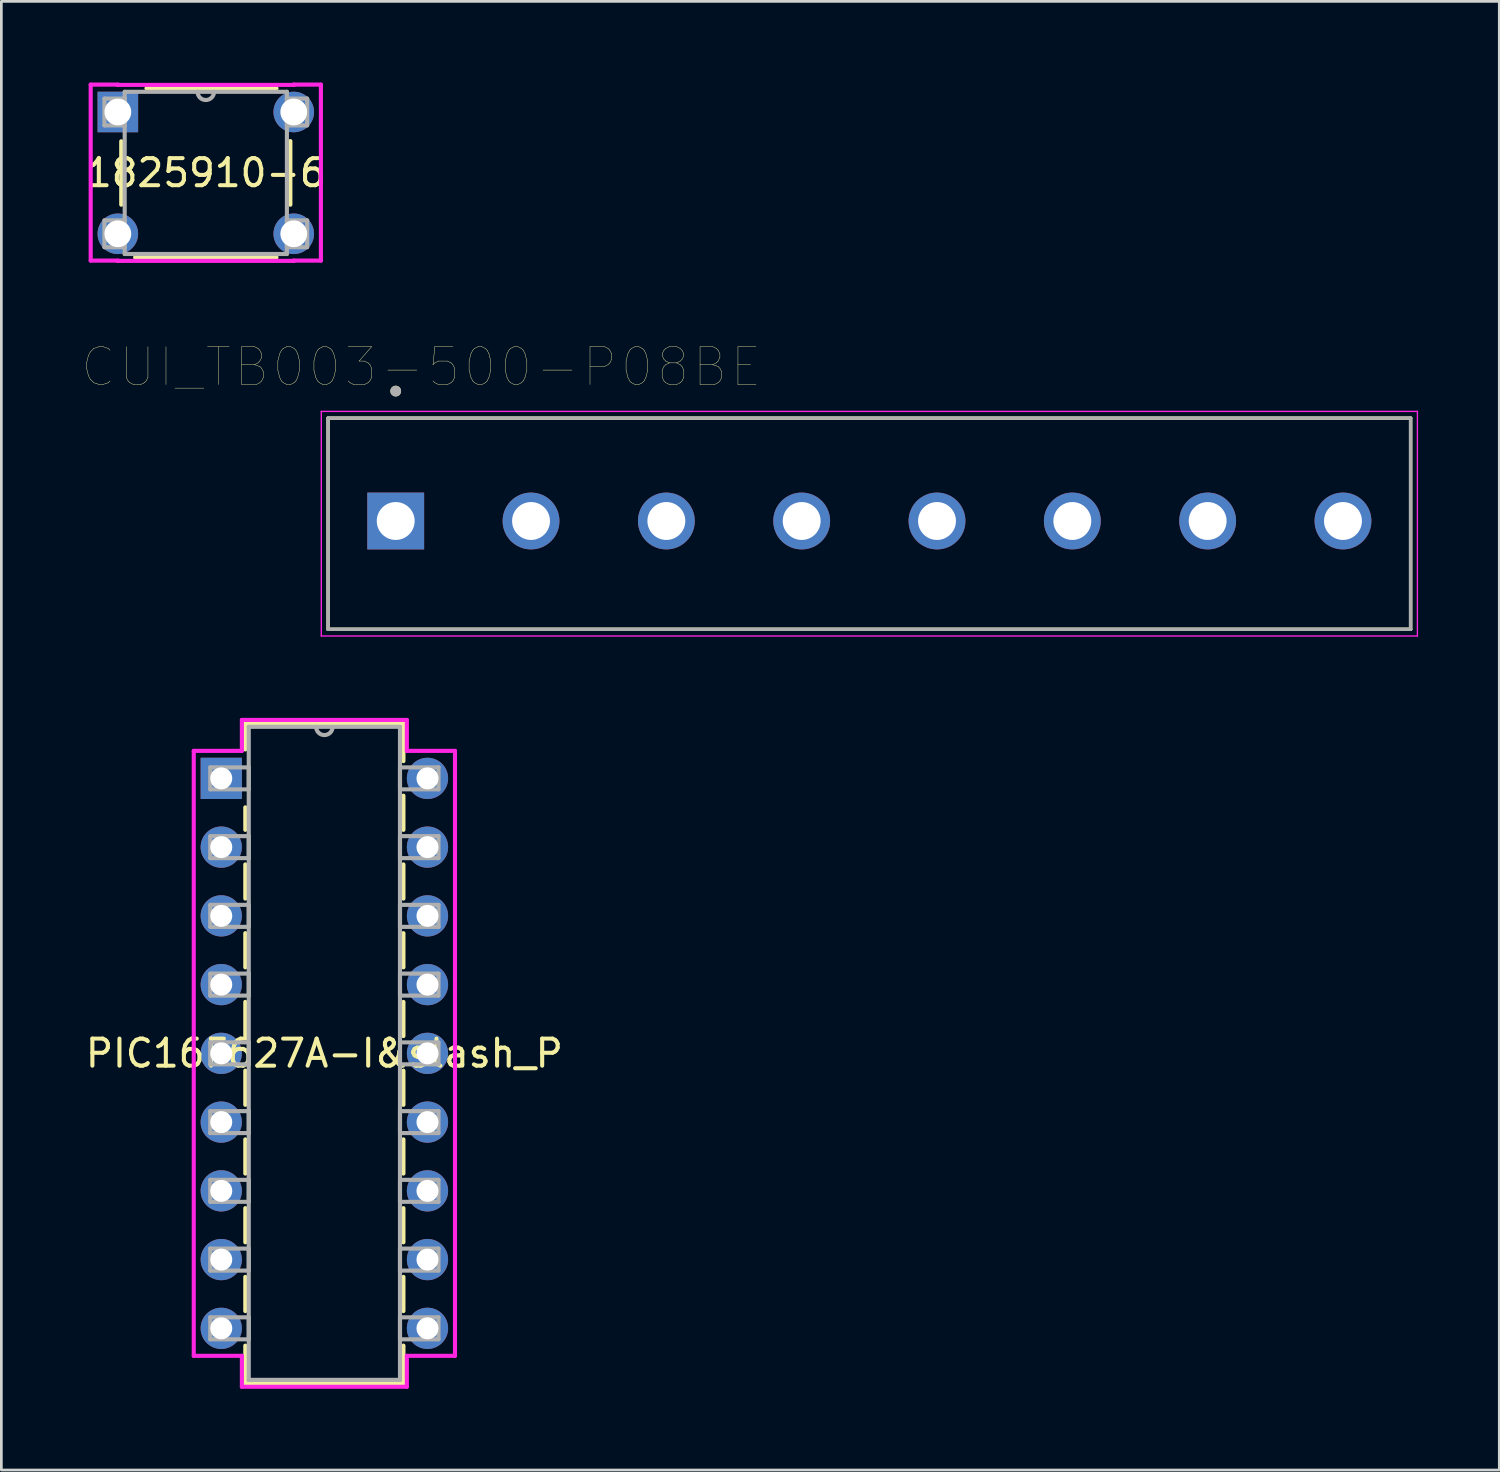
<source format=kicad_pcb>
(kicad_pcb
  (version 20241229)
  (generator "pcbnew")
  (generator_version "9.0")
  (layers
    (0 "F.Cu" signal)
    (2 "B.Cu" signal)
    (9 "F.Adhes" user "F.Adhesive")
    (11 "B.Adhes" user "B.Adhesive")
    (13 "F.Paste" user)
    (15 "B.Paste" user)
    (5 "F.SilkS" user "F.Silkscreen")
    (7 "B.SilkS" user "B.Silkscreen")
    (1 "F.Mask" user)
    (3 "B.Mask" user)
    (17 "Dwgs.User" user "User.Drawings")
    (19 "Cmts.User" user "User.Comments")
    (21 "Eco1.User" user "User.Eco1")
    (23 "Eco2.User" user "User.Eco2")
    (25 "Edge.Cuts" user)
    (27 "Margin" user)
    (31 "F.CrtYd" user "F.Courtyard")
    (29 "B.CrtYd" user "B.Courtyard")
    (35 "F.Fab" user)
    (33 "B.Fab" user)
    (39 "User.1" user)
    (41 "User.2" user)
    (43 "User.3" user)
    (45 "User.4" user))
  (footprint "1825910-6"
    (layer "F.Cu")
    (at 7.804 5.588)
    (property "Reference" "1825910-6" (at -3.25 -2.25 0) (layer "F.SilkS") (effects (font (size 1 1) (thickness 0.15))))
    (attr through_hole)
    (fp_line (start -6.374 -3.418) (end -6.374 -1.075) (stroke (width 0.152) (type solid)) (layer "F.SilkS"))
    (fp_line (start -5.862 0.874) (end -0.638 0.874) (stroke (width 0.152) (type solid)) (layer "F.SilkS"))
    (fp_line (start -0.638 -5.374) (end -5.442 -5.374) (stroke (width 0.152) (type solid)) (layer "F.SilkS"))
    (fp_line (start -0.126 -1.075) (end -0.126 -3.425) (stroke (width 0.152) (type solid)) (layer "F.SilkS"))
    (fp_line (start -7.503 -5.512) (end -7.503 0.991) (stroke (width 0.152) (type solid)) (layer "F.CrtYd"))
    (fp_line (start -7.503 0.991) (end -6.5 0.991) (stroke (width 0.152) (type solid)) (layer "F.CrtYd"))
    (fp_line (start -6.501 -5.501) (end -6.5 -5.512) (stroke (width 0.152) (type solid)) (layer "F.CrtYd"))
    (fp_line (start -6.501 1.001) (end 0.001 1.001) (stroke (width 0.152) (type solid)) (layer "F.CrtYd"))
    (fp_line (start -6.5 -5.512) (end -7.503 -5.512) (stroke (width 0.152) (type solid)) (layer "F.CrtYd"))
    (fp_line (start -6.5 0.991) (end -6.501 1.001) (stroke (width 0.152) (type solid)) (layer "F.CrtYd"))
    (fp_line (start 0 -5.512) (end 0.001 -5.501) (stroke (width 0.152) (type solid)) (layer "F.CrtYd"))
    (fp_line (start 0 0.991) (end 1.003 0.991) (stroke (width 0.152) (type solid)) (layer "F.CrtYd"))
    (fp_line (start 0.001 -5.501) (end -6.501 -5.501) (stroke (width 0.152) (type solid)) (layer "F.CrtYd"))
    (fp_line (start 0.001 1.001) (end 0 0.991) (stroke (width 0.152) (type solid)) (layer "F.CrtYd"))
    (fp_line (start 1.003 -5.512) (end 0 -5.512) (stroke (width 0.152) (type solid)) (layer "F.CrtYd"))
    (fp_line (start 1.003 0.991) (end 1.003 -5.512) (stroke (width 0.152) (type solid)) (layer "F.CrtYd"))
    (fp_line (start -6.995 -4.995) (end -6.995 -4.005) (stroke (width 0.152) (type solid)) (layer "F.Fab"))
    (fp_line (start -6.995 -4.005) (end -6.247 -4.005) (stroke (width 0.152) (type solid)) (layer "F.Fab"))
    (fp_line (start -6.995 -0.495) (end -6.995 0.495) (stroke (width 0.152) (type solid)) (layer "F.Fab"))
    (fp_line (start -6.995 0.495) (end -6.247 0.495) (stroke (width 0.152) (type solid)) (layer "F.Fab"))
    (fp_line (start -6.247 -5.247) (end -6.247 0.747) (stroke (width 0.152) (type solid)) (layer "F.Fab"))
    (fp_line (start -6.247 -4.995) (end -6.995 -4.995) (stroke (width 0.152) (type solid)) (layer "F.Fab"))
    (fp_line (start -6.247 -4.005) (end -6.247 -4.995) (stroke (width 0.152) (type solid)) (layer "F.Fab"))
    (fp_line (start -6.247 -0.495) (end -6.995 -0.495) (stroke (width 0.152) (type solid)) (layer "F.Fab"))
    (fp_line (start -6.247 0.495) (end -6.247 -0.495) (stroke (width 0.152) (type solid)) (layer "F.Fab"))
    (fp_line (start -6.247 0.747) (end -0.253 0.747) (stroke (width 0.152) (type solid)) (layer "F.Fab"))
    (fp_line (start -0.253 -5.247) (end -6.247 -5.247) (stroke (width 0.152) (type solid)) (layer "F.Fab"))
    (fp_line (start -0.253 -4.995) (end -0.253 -4.005) (stroke (width 0.152) (type solid)) (layer "F.Fab"))
    (fp_line (start -0.253 -4.005) (end 0.495 -4.005) (stroke (width 0.152) (type solid)) (layer "F.Fab"))
    (fp_line (start -0.253 -0.495) (end -0.253 0.495) (stroke (width 0.152) (type solid)) (layer "F.Fab"))
    (fp_line (start -0.253 0.495) (end 0.495 0.495) (stroke (width 0.152) (type solid)) (layer "F.Fab"))
    (fp_line (start -0.253 0.747) (end -0.253 -5.247) (stroke (width 0.152) (type solid)) (layer "F.Fab"))
    (fp_line (start 0.495 -4.995) (end -0.253 -4.995) (stroke (width 0.152) (type solid)) (layer "F.Fab"))
    (fp_line (start 0.495 -4.005) (end 0.495 -4.995) (stroke (width 0.152) (type solid)) (layer "F.Fab"))
    (fp_line (start 0.495 -0.495) (end -0.253 -0.495) (stroke (width 0.152) (type solid)) (layer "F.Fab"))
    (fp_line (start 0.495 0.495) (end 0.495 -0.495) (stroke (width 0.152) (type solid)) (layer "F.Fab"))
    (fp_arc (start -2.9452 -5.247201) (mid -3.25 -4.942401) (end -3.5548 -5.247201) (stroke (width 0.1524) (type solid)) (layer "F.Fab"))
    (pad "1" thru_hole rect (at -6.5 -4.5) (size 1.499 1.499) (drill 0.991) (layers "*.Cu" "*.Mask"))
    (pad "2" thru_hole circle (at 0.000001 -4.5) (size 1.499 1.499) (drill 0.991) (layers "*.Cu" "*.Mask"))
    (pad "3" thru_hole circle (at -6.5 0) (size 1.499 1.499) (drill 0.991) (layers "*.Cu" "*.Mask"))
    (pad "4" thru_hole circle (at 0.000001 0) (size 1.499 1.499) (drill 0.991) (layers "*.Cu" "*.Mask")))
  (footprint "PIC16F627A-I&slash_P"
    (layer "F.Cu")
    (at 5.125 25.71)
    (property "Reference" "PIC16F627A-I&slash_P" (at 3.81 10.16 0) (layer "F.SilkS") (effects (font (size 1 1) (thickness 0.15))))
    (attr through_hole)
    (fp_line (start 0.889 -2.032) (end 0.889 -1.07) (stroke (width 0.152) (type solid)) (layer "F.SilkS"))
    (fp_line (start 0.889 1.07) (end 0.889 1.901) (stroke (width 0.152) (type solid)) (layer "F.SilkS"))
    (fp_line (start 0.889 3.179) (end 0.889 4.441) (stroke (width 0.152) (type solid)) (layer "F.SilkS"))
    (fp_line (start 0.889 5.719) (end 0.889 6.981) (stroke (width 0.152) (type solid)) (layer "F.SilkS"))
    (fp_line (start 0.889 8.259) (end 0.889 9.521) (stroke (width 0.152) (type solid)) (layer "F.SilkS"))
    (fp_line (start 0.889 10.799) (end 0.889 12.061) (stroke (width 0.152) (type solid)) (layer "F.SilkS"))
    (fp_line (start 0.889 13.339) (end 0.889 14.601) (stroke (width 0.152) (type solid)) (layer "F.SilkS"))
    (fp_line (start 0.889 15.879) (end 0.889 17.141) (stroke (width 0.152) (type solid)) (layer "F.SilkS"))
    (fp_line (start 0.889 18.419) (end 0.889 19.681) (stroke (width 0.152) (type solid)) (layer "F.SilkS"))
    (fp_line (start 0.889 20.959) (end 0.889 22.352) (stroke (width 0.152) (type solid)) (layer "F.SilkS"))
    (fp_line (start 0.889 22.352) (end 6.731 22.352) (stroke (width 0.152) (type solid)) (layer "F.SilkS"))
    (fp_line (start 6.731 -2.032) (end 0.889 -2.032) (stroke (width 0.152) (type solid)) (layer "F.SilkS"))
    (fp_line (start 6.731 -0.639) (end 6.731 -2.032) (stroke (width 0.152) (type solid)) (layer "F.SilkS"))
    (fp_line (start 6.731 1.901) (end 6.731 0.639) (stroke (width 0.152) (type solid)) (layer "F.SilkS"))
    (fp_line (start 6.731 4.441) (end 6.731 3.179) (stroke (width 0.152) (type solid)) (layer "F.SilkS"))
    (fp_line (start 6.731 6.981) (end 6.731 5.719) (stroke (width 0.152) (type solid)) (layer "F.SilkS"))
    (fp_line (start 6.731 9.521) (end 6.731 8.259) (stroke (width 0.152) (type solid)) (layer "F.SilkS"))
    (fp_line (start 6.731 12.061) (end 6.731 10.799) (stroke (width 0.152) (type solid)) (layer "F.SilkS"))
    (fp_line (start 6.731 14.601) (end 6.731 13.339) (stroke (width 0.152) (type solid)) (layer "F.SilkS"))
    (fp_line (start 6.731 17.141) (end 6.731 15.879) (stroke (width 0.152) (type solid)) (layer "F.SilkS"))
    (fp_line (start 6.731 19.681) (end 6.731 18.419) (stroke (width 0.152) (type solid)) (layer "F.SilkS"))
    (fp_line (start 6.731 22.352) (end 6.731 20.959) (stroke (width 0.152) (type solid)) (layer "F.SilkS"))
    (fp_line (start -1.016 -1.016) (end -1.016 21.336) (stroke (width 0.152) (type solid)) (layer "F.CrtYd"))
    (fp_line (start -1.016 21.336) (end 0.762 21.336) (stroke (width 0.152) (type solid)) (layer "F.CrtYd"))
    (fp_line (start 0.762 -2.159) (end 0.762 -1.016) (stroke (width 0.152) (type solid)) (layer "F.CrtYd"))
    (fp_line (start 0.762 -1.016) (end -1.016 -1.016) (stroke (width 0.152) (type solid)) (layer "F.CrtYd"))
    (fp_line (start 0.762 21.336) (end 0.762 22.479) (stroke (width 0.152) (type solid)) (layer "F.CrtYd"))
    (fp_line (start 0.762 22.479) (end 6.858 22.479) (stroke (width 0.152) (type solid)) (layer "F.CrtYd"))
    (fp_line (start 6.858 -2.159) (end 0.762 -2.159) (stroke (width 0.152) (type solid)) (layer "F.CrtYd"))
    (fp_line (start 6.858 -1.016) (end 6.858 -2.159) (stroke (width 0.152) (type solid)) (layer "F.CrtYd"))
    (fp_line (start 6.858 21.336) (end 8.636 21.336) (stroke (width 0.152) (type solid)) (layer "F.CrtYd"))
    (fp_line (start 6.858 22.479) (end 6.858 21.336) (stroke (width 0.152) (type solid)) (layer "F.CrtYd"))
    (fp_line (start 8.636 -1.016) (end 6.858 -1.016) (stroke (width 0.152) (type solid)) (layer "F.CrtYd"))
    (fp_line (start 8.636 21.336) (end 8.636 -1.016) (stroke (width 0.152) (type solid)) (layer "F.CrtYd"))
    (fp_line (start -0.406 -0.406) (end -0.406 0.406) (stroke (width 0.152) (type solid)) (layer "F.Fab"))
    (fp_line (start -0.406 0.406) (end 1.016 0.406) (stroke (width 0.152) (type solid)) (layer "F.Fab"))
    (fp_line (start -0.406 2.134) (end -0.406 2.946) (stroke (width 0.152) (type solid)) (layer "F.Fab"))
    (fp_line (start -0.406 2.946) (end 1.016 2.946) (stroke (width 0.152) (type solid)) (layer "F.Fab"))
    (fp_line (start -0.406 4.674) (end -0.406 5.486) (stroke (width 0.152) (type solid)) (layer "F.Fab"))
    (fp_line (start -0.406 5.486) (end 1.016 5.486) (stroke (width 0.152) (type solid)) (layer "F.Fab"))
    (fp_line (start -0.406 7.214) (end -0.406 8.026) (stroke (width 0.152) (type solid)) (layer "F.Fab"))
    (fp_line (start -0.406 8.026) (end 1.016 8.026) (stroke (width 0.152) (type solid)) (layer "F.Fab"))
    (fp_line (start -0.406 9.754) (end -0.406 10.566) (stroke (width 0.152) (type solid)) (layer "F.Fab"))
    (fp_line (start -0.406 10.566) (end 1.016 10.566) (stroke (width 0.152) (type solid)) (layer "F.Fab"))
    (fp_line (start -0.406 12.294) (end -0.406 13.106) (stroke (width 0.152) (type solid)) (layer "F.Fab"))
    (fp_line (start -0.406 13.106) (end 1.016 13.106) (stroke (width 0.152) (type solid)) (layer "F.Fab"))
    (fp_line (start -0.406 14.834) (end -0.406 15.646) (stroke (width 0.152) (type solid)) (layer "F.Fab"))
    (fp_line (start -0.406 15.646) (end 1.016 15.646) (stroke (width 0.152) (type solid)) (layer "F.Fab"))
    (fp_line (start -0.406 17.374) (end -0.406 18.186) (stroke (width 0.152) (type solid)) (layer "F.Fab"))
    (fp_line (start -0.406 18.186) (end 1.016 18.186) (stroke (width 0.152) (type solid)) (layer "F.Fab"))
    (fp_line (start -0.406 19.914) (end -0.406 20.726) (stroke (width 0.152) (type solid)) (layer "F.Fab"))
    (fp_line (start -0.406 20.726) (end 1.016 20.726) (stroke (width 0.152) (type solid)) (layer "F.Fab"))
    (fp_line (start 1.016 -1.905) (end 1.016 22.225) (stroke (width 0.152) (type solid)) (layer "F.Fab"))
    (fp_line (start 1.016 -0.406) (end -0.406 -0.406) (stroke (width 0.152) (type solid)) (layer "F.Fab"))
    (fp_line (start 1.016 0.406) (end 1.016 -0.406) (stroke (width 0.152) (type solid)) (layer "F.Fab"))
    (fp_line (start 1.016 2.134) (end -0.406 2.134) (stroke (width 0.152) (type solid)) (layer "F.Fab"))
    (fp_line (start 1.016 2.946) (end 1.016 2.134) (stroke (width 0.152) (type solid)) (layer "F.Fab"))
    (fp_line (start 1.016 4.674) (end -0.406 4.674) (stroke (width 0.152) (type solid)) (layer "F.Fab"))
    (fp_line (start 1.016 5.486) (end 1.016 4.674) (stroke (width 0.152) (type solid)) (layer "F.Fab"))
    (fp_line (start 1.016 7.214) (end -0.406 7.214) (stroke (width 0.152) (type solid)) (layer "F.Fab"))
    (fp_line (start 1.016 8.026) (end 1.016 7.214) (stroke (width 0.152) (type solid)) (layer "F.Fab"))
    (fp_line (start 1.016 9.754) (end -0.406 9.754) (stroke (width 0.152) (type solid)) (layer "F.Fab"))
    (fp_line (start 1.016 10.566) (end 1.016 9.754) (stroke (width 0.152) (type solid)) (layer "F.Fab"))
    (fp_line (start 1.016 12.294) (end -0.406 12.294) (stroke (width 0.152) (type solid)) (layer "F.Fab"))
    (fp_line (start 1.016 13.106) (end 1.016 12.294) (stroke (width 0.152) (type solid)) (layer "F.Fab"))
    (fp_line (start 1.016 14.834) (end -0.406 14.834) (stroke (width 0.152) (type solid)) (layer "F.Fab"))
    (fp_line (start 1.016 15.646) (end 1.016 14.834) (stroke (width 0.152) (type solid)) (layer "F.Fab"))
    (fp_line (start 1.016 17.374) (end -0.406 17.374) (stroke (width 0.152) (type solid)) (layer "F.Fab"))
    (fp_line (start 1.016 18.186) (end 1.016 17.374) (stroke (width 0.152) (type solid)) (layer "F.Fab"))
    (fp_line (start 1.016 19.914) (end -0.406 19.914) (stroke (width 0.152) (type solid)) (layer "F.Fab"))
    (fp_line (start 1.016 20.726) (end 1.016 19.914) (stroke (width 0.152) (type solid)) (layer "F.Fab"))
    (fp_line (start 1.016 22.225) (end 6.604 22.225) (stroke (width 0.152) (type solid)) (layer "F.Fab"))
    (fp_line (start 6.604 -1.905) (end 1.016 -1.905) (stroke (width 0.152) (type solid)) (layer "F.Fab"))
    (fp_line (start 6.604 -0.406) (end 6.604 0.406) (stroke (width 0.152) (type solid)) (layer "F.Fab"))
    (fp_line (start 6.604 0.406) (end 8.026 0.406) (stroke (width 0.152) (type solid)) (layer "F.Fab"))
    (fp_line (start 6.604 2.134) (end 6.604 2.946) (stroke (width 0.152) (type solid)) (layer "F.Fab"))
    (fp_line (start 6.604 2.946) (end 8.026 2.946) (stroke (width 0.152) (type solid)) (layer "F.Fab"))
    (fp_line (start 6.604 4.674) (end 6.604 5.486) (stroke (width 0.152) (type solid)) (layer "F.Fab"))
    (fp_line (start 6.604 5.486) (end 8.026 5.486) (stroke (width 0.152) (type solid)) (layer "F.Fab"))
    (fp_line (start 6.604 7.214) (end 6.604 8.026) (stroke (width 0.152) (type solid)) (layer "F.Fab"))
    (fp_line (start 6.604 8.026) (end 8.026 8.026) (stroke (width 0.152) (type solid)) (layer "F.Fab"))
    (fp_line (start 6.604 9.754) (end 6.604 10.566) (stroke (width 0.152) (type solid)) (layer "F.Fab"))
    (fp_line (start 6.604 10.566) (end 8.026 10.566) (stroke (width 0.152) (type solid)) (layer "F.Fab"))
    (fp_line (start 6.604 12.294) (end 6.604 13.106) (stroke (width 0.152) (type solid)) (layer "F.Fab"))
    (fp_line (start 6.604 13.106) (end 8.026 13.106) (stroke (width 0.152) (type solid)) (layer "F.Fab"))
    (fp_line (start 6.604 14.834) (end 6.604 15.646) (stroke (width 0.152) (type solid)) (layer "F.Fab"))
    (fp_line (start 6.604 15.646) (end 8.026 15.646) (stroke (width 0.152) (type solid)) (layer "F.Fab"))
    (fp_line (start 6.604 17.374) (end 6.604 18.186) (stroke (width 0.152) (type solid)) (layer "F.Fab"))
    (fp_line (start 6.604 18.186) (end 8.026 18.186) (stroke (width 0.152) (type solid)) (layer "F.Fab"))
    (fp_line (start 6.604 19.914) (end 6.604 20.726) (stroke (width 0.152) (type solid)) (layer "F.Fab"))
    (fp_line (start 6.604 20.726) (end 8.026 20.726) (stroke (width 0.152) (type solid)) (layer "F.Fab"))
    (fp_line (start 6.604 22.225) (end 6.604 -1.905) (stroke (width 0.152) (type solid)) (layer "F.Fab"))
    (fp_line (start 8.026 -0.406) (end 6.604 -0.406) (stroke (width 0.152) (type solid)) (layer "F.Fab"))
    (fp_line (start 8.026 0.406) (end 8.026 -0.406) (stroke (width 0.152) (type solid)) (layer "F.Fab"))
    (fp_line (start 8.026 2.134) (end 6.604 2.134) (stroke (width 0.152) (type solid)) (layer "F.Fab"))
    (fp_line (start 8.026 2.946) (end 8.026 2.134) (stroke (width 0.152) (type solid)) (layer "F.Fab"))
    (fp_line (start 8.026 4.674) (end 6.604 4.674) (stroke (width 0.152) (type solid)) (layer "F.Fab"))
    (fp_line (start 8.026 5.486) (end 8.026 4.674) (stroke (width 0.152) (type solid)) (layer "F.Fab"))
    (fp_line (start 8.026 7.214) (end 6.604 7.214) (stroke (width 0.152) (type solid)) (layer "F.Fab"))
    (fp_line (start 8.026 8.026) (end 8.026 7.214) (stroke (width 0.152) (type solid)) (layer "F.Fab"))
    (fp_line (start 8.026 9.754) (end 6.604 9.754) (stroke (width 0.152) (type solid)) (layer "F.Fab"))
    (fp_line (start 8.026 10.566) (end 8.026 9.754) (stroke (width 0.152) (type solid)) (layer "F.Fab"))
    (fp_line (start 8.026 12.294) (end 6.604 12.294) (stroke (width 0.152) (type solid)) (layer "F.Fab"))
    (fp_line (start 8.026 13.106) (end 8.026 12.294) (stroke (width 0.152) (type solid)) (layer "F.Fab"))
    (fp_line (start 8.026 14.834) (end 6.604 14.834) (stroke (width 0.152) (type solid)) (layer "F.Fab"))
    (fp_line (start 8.026 15.646) (end 8.026 14.834) (stroke (width 0.152) (type solid)) (layer "F.Fab"))
    (fp_line (start 8.026 17.374) (end 6.604 17.374) (stroke (width 0.152) (type solid)) (layer "F.Fab"))
    (fp_line (start 8.026 18.186) (end 8.026 17.374) (stroke (width 0.152) (type solid)) (layer "F.Fab"))
    (fp_line (start 8.026 19.914) (end 6.604 19.914) (stroke (width 0.152) (type solid)) (layer "F.Fab"))
    (fp_line (start 8.026 20.726) (end 8.026 19.914) (stroke (width 0.152) (type solid)) (layer "F.Fab"))
    (fp_arc (start 4.1148 -1.905) (mid 3.81 -1.6002) (end 3.5052 -1.905) (stroke (width 0.1524) (type solid)) (layer "F.Fab"))
    (pad "1" thru_hole rect (at 0 0) (size 1.524 1.524) (drill 0.813) (layers "*.Cu" "*.Mask"))
    (pad "2" thru_hole circle (at 0 2.54) (size 1.524 1.524) (drill 0.813) (layers "*.Cu" "*.Mask"))
    (pad "3" thru_hole circle (at 0 5.08) (size 1.524 1.524) (drill 0.813) (layers "*.Cu" "*.Mask"))
    (pad "4" thru_hole circle (at 0 7.62) (size 1.524 1.524) (drill 0.813) (layers "*.Cu" "*.Mask"))
    (pad "5" thru_hole circle (at 0 10.16) (size 1.524 1.524) (drill 0.813) (layers "*.Cu" "*.Mask"))
    (pad "6" thru_hole circle (at 0 12.7) (size 1.524 1.524) (drill 0.813) (layers "*.Cu" "*.Mask"))
    (pad "7" thru_hole circle (at 0 15.24) (size 1.524 1.524) (drill 0.813) (layers "*.Cu" "*.Mask"))
    (pad "8" thru_hole circle (at 0 17.78) (size 1.524 1.524) (drill 0.813) (layers "*.Cu" "*.Mask"))
    (pad "9" thru_hole circle (at 0 20.32) (size 1.524 1.524) (drill 0.813) (layers "*.Cu" "*.Mask"))
    (pad "10" thru_hole circle (at 7.62 20.32) (size 1.524 1.524) (drill 0.813) (layers "*.Cu" "*.Mask"))
    (pad "11" thru_hole circle (at 7.62 17.78) (size 1.524 1.524) (drill 0.813) (layers "*.Cu" "*.Mask"))
    (pad "12" thru_hole circle (at 7.62 15.24) (size 1.524 1.524) (drill 0.813) (layers "*.Cu" "*.Mask"))
    (pad "13" thru_hole circle (at 7.62 12.7) (size 1.524 1.524) (drill 0.813) (layers "*.Cu" "*.Mask"))
    (pad "14" thru_hole circle (at 7.62 10.16) (size 1.524 1.524) (drill 0.813) (layers "*.Cu" "*.Mask"))
    (pad "15" thru_hole circle (at 7.62 7.62) (size 1.524 1.524) (drill 0.813) (layers "*.Cu" "*.Mask"))
    (pad "16" thru_hole circle (at 7.62 5.08) (size 1.524 1.524) (drill 0.813) (layers "*.Cu" "*.Mask"))
    (pad "17" thru_hole circle (at 7.62 2.54) (size 1.524 1.524) (drill 0.813) (layers "*.Cu" "*.Mask"))
    (pad "18" thru_hole circle (at 7.62 0) (size 1.524 1.524) (drill 0.813) (layers "*.Cu" "*.Mask")))
  (footprint "CUI_TB003-500-P08BE"
    (layer "F.Cu")
    (at 11.571 16.2)
    (property "Reference" "CUI_TB003-500-P08BE" (at 0.945 -5.689 0) (layer "F.SilkS") (effects (font (size 1.4 1.4) (thickness 0.015))))
    (attr through_hole)
    (fp_line (start -2.5 -3.8) (end 37.5 -3.8) (stroke (width 0.127) (type solid)) (layer "F.SilkS"))
    (fp_line (start -2.5 4) (end -2.5 -3.8) (stroke (width 0.127) (type solid)) (layer "F.SilkS"))
    (fp_line (start 37.5 -3.8) (end 37.5 4) (stroke (width 0.127) (type solid)) (layer "F.SilkS"))
    (fp_line (start 37.5 4) (end -2.5 4) (stroke (width 0.127) (type solid)) (layer "F.SilkS"))
    (fp_circle (center 0 -4.8) (end 0.1 -4.8) (stroke (width 0.2) (type solid)) (fill no) (layer "F.SilkS"))
    (fp_line (start -2.75 -4.05) (end 37.75 -4.05) (stroke (width 0.05) (type solid)) (layer "F.CrtYd"))
    (fp_line (start -2.75 4.25) (end -2.75 -4.05) (stroke (width 0.05) (type solid)) (layer "F.CrtYd"))
    (fp_line (start 37.75 -4.05) (end 37.75 4.25) (stroke (width 0.05) (type solid)) (layer "F.CrtYd"))
    (fp_line (start 37.75 4.25) (end -2.75 4.25) (stroke (width 0.05) (type solid)) (layer "F.CrtYd"))
    (fp_line (start -2.5 -3.8) (end 37.5 -3.8) (stroke (width 0.127) (type solid)) (layer "F.Fab"))
    (fp_line (start -2.5 4) (end -2.5 -3.8) (stroke (width 0.127) (type solid)) (layer "F.Fab"))
    (fp_line (start 37.5 -3.8) (end 37.5 4) (stroke (width 0.127) (type solid)) (layer "F.Fab"))
    (fp_line (start 37.5 4) (end -2.5 4) (stroke (width 0.127) (type solid)) (layer "F.Fab"))
    (fp_circle (center 0 -4.8) (end 0.1 -4.8) (stroke (width 0.2) (type solid)) (fill no) (layer "F.Fab"))
    (pad "1" thru_hole rect (at 0 0) (size 2.1 2.1) (drill 1.4) (layers "*.Cu" "*.Mask"))
    (pad "2" thru_hole circle (at 5 0) (size 2.1 2.1) (drill 1.4) (layers "*.Cu" "*.Mask"))
    (pad "3" thru_hole circle (at 10 0) (size 2.1 2.1) (drill 1.4) (layers "*.Cu" "*.Mask"))
    (pad "4" thru_hole circle (at 15 0) (size 2.1 2.1) (drill 1.4) (layers "*.Cu" "*.Mask"))
    (pad "5" thru_hole circle (at 20 0) (size 2.1 2.1) (drill 1.4) (layers "*.Cu" "*.Mask"))
    (pad "6" thru_hole circle (at 25 0) (size 2.1 2.1) (drill 1.4) (layers "*.Cu" "*.Mask"))
    (pad "7" thru_hole circle (at 30 0) (size 2.1 2.1) (drill 1.4) (layers "*.Cu" "*.Mask"))
    (pad "8" thru_hole circle (at 35 0) (size 2.1 2.1) (drill 1.4) (layers "*.Cu" "*.Mask")))
  (gr_rect
    (start -3 -3)
    (end 52.346 51.265)
    (stroke (width 0.1) (type default))
    (fill no)
    (layer "Edge.Cuts")))
</source>
